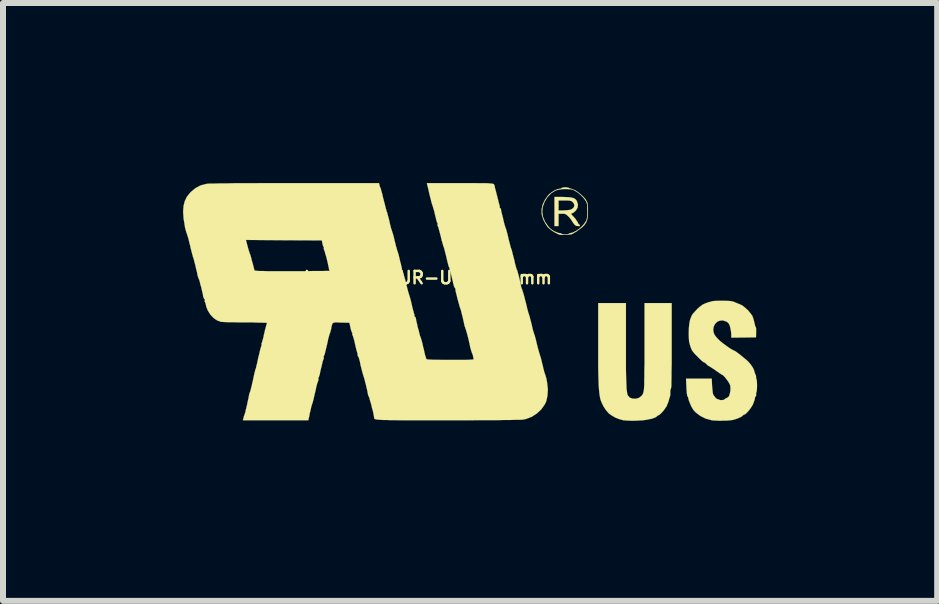
<source format=kicad_pcb>
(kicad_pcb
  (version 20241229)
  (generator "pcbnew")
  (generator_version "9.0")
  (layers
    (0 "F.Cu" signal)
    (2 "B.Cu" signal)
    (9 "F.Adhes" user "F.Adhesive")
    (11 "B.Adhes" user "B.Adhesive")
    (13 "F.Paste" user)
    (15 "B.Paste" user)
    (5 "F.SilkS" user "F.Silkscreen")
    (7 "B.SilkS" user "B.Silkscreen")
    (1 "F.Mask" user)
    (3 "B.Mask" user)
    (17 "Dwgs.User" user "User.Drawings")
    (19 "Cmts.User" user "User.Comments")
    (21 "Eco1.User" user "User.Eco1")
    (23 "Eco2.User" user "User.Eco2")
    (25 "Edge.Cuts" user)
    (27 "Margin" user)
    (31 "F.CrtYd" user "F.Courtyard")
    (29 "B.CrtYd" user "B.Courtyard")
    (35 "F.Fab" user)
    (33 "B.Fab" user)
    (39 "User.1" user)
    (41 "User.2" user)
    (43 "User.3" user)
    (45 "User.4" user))
  (footprint "Logo_silk_UR-US_10x4mm"
    (layer "F.Cu")
    (at 4.779 1.977)
    (property "Reference" "Logo_silk_UR-US_10x4mm" (at -0.7 -0.4 0) (layer "F.SilkS") (effects (font (size 0.206 0.206) (thickness 0.041))))
    (attr through_hole)
    (fp_poly (pts (xy 1.836 -1.27) (xy 1.829 -1.26) (xy 1.806 -1.26) (xy 1.778 -1.262) (xy 1.753 -1.275) (xy 1.748 -1.28) (xy 1.727 -1.306) (xy 1.709 -1.333) (xy 1.692 -1.361) (xy 1.664 -1.397) (xy 1.646 -1.417) (xy 1.615 -1.445) (xy 1.593 -1.46) (xy 1.567 -1.466) (xy 1.539 -1.466) (xy 1.478 -1.466) (xy 1.478 -1.364) (xy 1.478 -1.26) (xy 1.443 -1.26) (xy 1.41 -1.26) (xy 1.41 -1.501) (xy 1.41 -1.745) (xy 1.549 -1.745) (xy 1.626 -1.742) (xy 1.684 -1.737) (xy 1.727 -1.727) (xy 1.758 -1.709) (xy 1.778 -1.687) (xy 1.783 -1.676) (xy 1.801 -1.621) (xy 1.796 -1.57) (xy 1.768 -1.521) (xy 1.742 -1.496) (xy 1.742 -1.598) (xy 1.735 -1.631) (xy 1.717 -1.656) (xy 1.702 -1.671) (xy 1.684 -1.679) (xy 1.661 -1.684) (xy 1.626 -1.687) (xy 1.582 -1.687) (xy 1.478 -1.687) (xy 1.478 -1.603) (xy 1.478 -1.519) (xy 1.57 -1.521) (xy 1.618 -1.524) (xy 1.659 -1.529) (xy 1.687 -1.537) (xy 1.689 -1.537) (xy 1.727 -1.565) (xy 1.742 -1.598) (xy 1.742 -1.496) (xy 1.74 -1.494) (xy 1.712 -1.476) (xy 1.704 -1.473) (xy 1.692 -1.471) (xy 1.689 -1.463) (xy 1.697 -1.448) (xy 1.722 -1.422) (xy 1.727 -1.417) (xy 1.758 -1.382) (xy 1.783 -1.344) (xy 1.796 -1.326) (xy 1.808 -1.298) (xy 1.824 -1.283) (xy 1.826 -1.283) (xy 1.836 -1.273) (xy 1.836 -1.27)) (stroke (width 0.003) (type solid)) (fill yes) (layer "F.SilkS"))
    (fp_poly (pts (xy 3.363 0.732) (xy 3.363 0.897) (xy 3.363 1.039) (xy 3.36 1.158) (xy 3.36 1.257) (xy 3.358 1.333) (xy 3.358 1.392) (xy 3.355 1.43) (xy 3.35 1.448) (xy 3.35 1.45) (xy 3.343 1.466) (xy 3.34 1.494) (xy 3.34 1.506) (xy 3.34 1.539) (xy 3.338 1.567) (xy 3.338 1.572) (xy 3.33 1.59) (xy 3.32 1.626) (xy 3.31 1.664) (xy 3.277 1.745) (xy 3.223 1.821) (xy 3.18 1.867) (xy 3.157 1.885) (xy 3.139 1.895) (xy 3.124 1.902) (xy 3.114 1.913) (xy 3.099 1.925) (xy 3.066 1.938) (xy 3.023 1.953) (xy 3.015 1.953) (xy 2.957 1.966) (xy 2.883 1.976) (xy 2.799 1.981) (xy 2.713 1.984) (xy 2.634 1.981) (xy 2.568 1.976) (xy 2.56 1.976) (xy 2.494 1.958) (xy 2.428 1.933) (xy 2.365 1.897) (xy 2.316 1.862) (xy 2.273 1.814) (xy 2.23 1.75) (xy 2.197 1.684) (xy 2.177 1.631) (xy 2.169 1.595) (xy 2.162 1.554) (xy 2.156 1.506) (xy 2.151 1.448) (xy 2.146 1.379) (xy 2.144 1.298) (xy 2.141 1.204) (xy 2.139 1.092) (xy 2.139 0.963) (xy 2.139 0.813) (xy 2.139 0.665) (xy 2.139 0.023) (xy 2.37 0.023) (xy 2.601 0.023) (xy 2.601 0.701) (xy 2.601 0.864) (xy 2.601 1.006) (xy 2.601 1.128) (xy 2.603 1.232) (xy 2.606 1.318) (xy 2.609 1.387) (xy 2.611 1.445) (xy 2.616 1.488) (xy 2.621 1.524) (xy 2.626 1.547) (xy 2.634 1.565) (xy 2.637 1.567) (xy 2.667 1.6) (xy 2.713 1.615) (xy 2.761 1.618) (xy 2.812 1.605) (xy 2.852 1.577) (xy 2.855 1.575) (xy 2.875 1.552) (xy 2.888 1.524) (xy 2.898 1.483) (xy 2.901 1.46) (xy 2.903 1.435) (xy 2.906 1.387) (xy 2.906 1.321) (xy 2.908 1.24) (xy 2.908 1.146) (xy 2.911 1.039) (xy 2.911 0.922) (xy 2.911 0.8) (xy 2.911 0.701) (xy 2.911 0.023) (xy 3.137 0.023) (xy 3.363 0.023) (xy 3.363 0.732)) (stroke (width 0.003) (type solid)) (fill yes) (layer "F.SilkS"))
    (fp_poly (pts (xy 1.968 -1.511) (xy 1.966 -1.435) (xy 1.958 -1.372) (xy 1.958 -1.499) (xy 1.958 -1.506) (xy 1.956 -1.565) (xy 1.956 -1.605) (xy 1.951 -1.633) (xy 1.943 -1.656) (xy 1.93 -1.681) (xy 1.925 -1.687) (xy 1.892 -1.732) (xy 1.844 -1.781) (xy 1.791 -1.824) (xy 1.74 -1.854) (xy 1.732 -1.859) (xy 1.687 -1.872) (xy 1.626 -1.877) (xy 1.56 -1.877) (xy 1.494 -1.869) (xy 1.44 -1.857) (xy 1.427 -1.852) (xy 1.354 -1.806) (xy 1.293 -1.742) (xy 1.245 -1.664) (xy 1.214 -1.575) (xy 1.206 -1.496) (xy 1.219 -1.415) (xy 1.252 -1.333) (xy 1.303 -1.26) (xy 1.321 -1.237) (xy 1.356 -1.206) (xy 1.402 -1.176) (xy 1.448 -1.156) (xy 1.486 -1.143) (xy 1.494 -1.143) (xy 1.519 -1.138) (xy 1.532 -1.13) (xy 1.544 -1.125) (xy 1.575 -1.12) (xy 1.587 -1.12) (xy 1.621 -1.123) (xy 1.643 -1.128) (xy 1.646 -1.13) (xy 1.661 -1.14) (xy 1.679 -1.143) (xy 1.717 -1.153) (xy 1.763 -1.176) (xy 1.814 -1.209) (xy 1.862 -1.25) (xy 1.902 -1.295) (xy 1.925 -1.328) (xy 1.941 -1.354) (xy 1.948 -1.377) (xy 1.953 -1.405) (xy 1.956 -1.445) (xy 1.958 -1.499) (xy 1.958 -1.372) (xy 1.938 -1.321) (xy 1.908 -1.275) (xy 1.862 -1.232) (xy 1.798 -1.186) (xy 1.783 -1.173) (xy 1.74 -1.148) (xy 1.709 -1.13) (xy 1.679 -1.12) (xy 1.641 -1.118) (xy 1.615 -1.115) (xy 1.57 -1.113) (xy 1.529 -1.113) (xy 1.504 -1.115) (xy 1.501 -1.115) (xy 1.463 -1.13) (xy 1.412 -1.156) (xy 1.361 -1.189) (xy 1.318 -1.224) (xy 1.3 -1.24) (xy 1.26 -1.298) (xy 1.224 -1.367) (xy 1.201 -1.443) (xy 1.196 -1.468) (xy 1.196 -1.542) (xy 1.214 -1.621) (xy 1.25 -1.697) (xy 1.298 -1.765) (xy 1.318 -1.788) (xy 1.364 -1.824) (xy 1.412 -1.854) (xy 1.46 -1.875) (xy 1.499 -1.882) (xy 1.521 -1.887) (xy 1.532 -1.895) (xy 1.547 -1.902) (xy 1.577 -1.905) (xy 1.61 -1.905) (xy 1.641 -1.9) (xy 1.648 -1.895) (xy 1.674 -1.887) (xy 1.707 -1.875) (xy 1.714 -1.872) (xy 1.755 -1.857) (xy 1.801 -1.826) (xy 1.849 -1.788) (xy 1.895 -1.745) (xy 1.93 -1.704) (xy 1.943 -1.681) (xy 1.956 -1.656) (xy 1.963 -1.628) (xy 1.966 -1.59) (xy 1.968 -1.539) (xy 1.968 -1.511)) (stroke (width 0.003) (type solid)) (fill yes) (layer "F.SilkS"))
    (fp_poly (pts (xy 4.785 1.417) (xy 4.783 1.458) (xy 4.78 1.491) (xy 4.775 1.506) (xy 4.77 1.521) (xy 4.77 1.539) (xy 4.77 1.565) (xy 4.763 1.577) (xy 4.752 1.593) (xy 4.75 1.605) (xy 4.747 1.628) (xy 4.735 1.661) (xy 4.724 1.694) (xy 4.707 1.73) (xy 4.681 1.77) (xy 4.651 1.811) (xy 4.618 1.847) (xy 4.592 1.872) (xy 4.572 1.882) (xy 4.569 1.882) (xy 4.552 1.892) (xy 4.544 1.9) (xy 4.531 1.913) (xy 4.501 1.928) (xy 4.46 1.946) (xy 4.455 1.948) (xy 4.415 1.961) (xy 4.379 1.971) (xy 4.336 1.976) (xy 4.282 1.981) (xy 4.229 1.981) (xy 4.168 1.984) (xy 4.112 1.981) (xy 4.064 1.979) (xy 4.034 1.976) (xy 3.929 1.948) (xy 3.838 1.902) (xy 3.762 1.844) (xy 3.729 1.808) (xy 3.706 1.773) (xy 3.683 1.73) (xy 3.663 1.681) (xy 3.647 1.638) (xy 3.64 1.608) (xy 3.635 1.587) (xy 3.627 1.58) (xy 3.622 1.567) (xy 3.617 1.534) (xy 3.612 1.481) (xy 3.609 1.43) (xy 3.602 1.283) (xy 3.815 1.283) (xy 4.031 1.283) (xy 4.036 1.402) (xy 4.041 1.455) (xy 4.046 1.501) (xy 4.051 1.537) (xy 4.056 1.549) (xy 4.077 1.58) (xy 4.097 1.605) (xy 4.117 1.621) (xy 4.128 1.623) (xy 4.14 1.626) (xy 4.143 1.628) (xy 4.158 1.636) (xy 4.183 1.641) (xy 4.211 1.638) (xy 4.234 1.636) (xy 4.242 1.628) (xy 4.252 1.618) (xy 4.27 1.61) (xy 4.298 1.595) (xy 4.318 1.575) (xy 4.331 1.537) (xy 4.341 1.488) (xy 4.343 1.438) (xy 4.338 1.392) (xy 4.336 1.387) (xy 4.323 1.361) (xy 4.303 1.328) (xy 4.277 1.293) (xy 4.252 1.26) (xy 4.229 1.237) (xy 4.216 1.224) (xy 4.204 1.219) (xy 4.176 1.201) (xy 4.14 1.176) (xy 4.117 1.161) (xy 4.074 1.13) (xy 4.031 1.102) (xy 4 1.082) (xy 3.99 1.077) (xy 3.96 1.059) (xy 3.942 1.039) (xy 3.94 1.039) (xy 3.924 1.021) (xy 3.912 1.016) (xy 3.896 1.008) (xy 3.868 0.988) (xy 3.833 0.955) (xy 3.797 0.919) (xy 3.754 0.876) (xy 3.724 0.841) (xy 3.703 0.813) (xy 3.688 0.78) (xy 3.675 0.744) (xy 3.663 0.704) (xy 3.653 0.663) (xy 3.65 0.617) (xy 3.647 0.559) (xy 3.647 0.526) (xy 3.65 0.434) (xy 3.658 0.361) (xy 3.67 0.3) (xy 3.693 0.241) (xy 3.698 0.229) (xy 3.719 0.198) (xy 3.754 0.16) (xy 3.792 0.119) (xy 3.835 0.081) (xy 3.873 0.053) (xy 3.901 0.038) (xy 3.934 0.025) (xy 3.957 0.015) (xy 3.983 0.008) (xy 3.993 0.005) (xy 4.013 0) (xy 4.028 -0.005) (xy 4.049 -0.01) (xy 4.089 -0.013) (xy 4.14 -0.015) (xy 4.196 -0.015) (xy 4.255 -0.015) (xy 4.305 -0.013) (xy 4.348 -0.01) (xy 4.371 -0.005) (xy 4.374 -0.005) (xy 4.394 0) (xy 4.404 0.005) (xy 4.425 0.013) (xy 4.46 0.028) (xy 4.498 0.043) (xy 4.521 0.053) (xy 4.554 0.074) (xy 4.595 0.107) (xy 4.638 0.147) (xy 4.674 0.191) (xy 4.702 0.229) (xy 4.707 0.236) (xy 4.719 0.267) (xy 4.732 0.31) (xy 4.74 0.345) (xy 4.75 0.386) (xy 4.757 0.414) (xy 4.765 0.427) (xy 4.77 0.442) (xy 4.77 0.472) (xy 4.77 0.513) (xy 4.768 0.594) (xy 4.562 0.597) (xy 4.356 0.599) (xy 4.356 0.538) (xy 4.351 0.49) (xy 4.341 0.439) (xy 4.336 0.417) (xy 4.321 0.376) (xy 4.303 0.351) (xy 4.277 0.333) (xy 4.219 0.312) (xy 4.168 0.315) (xy 4.12 0.335) (xy 4.084 0.373) (xy 4.061 0.422) (xy 4.056 0.47) (xy 4.061 0.511) (xy 4.079 0.554) (xy 4.112 0.597) (xy 4.158 0.645) (xy 4.224 0.699) (xy 4.3 0.754) (xy 4.338 0.78) (xy 4.369 0.798) (xy 4.387 0.808) (xy 4.389 0.808) (xy 4.404 0.815) (xy 4.435 0.833) (xy 4.473 0.861) (xy 4.516 0.894) (xy 4.559 0.93) (xy 4.6 0.963) (xy 4.633 0.993) (xy 4.638 0.998) (xy 4.676 1.041) (xy 4.707 1.085) (xy 4.729 1.125) (xy 4.74 1.156) (xy 4.74 1.158) (xy 4.745 1.176) (xy 4.755 1.206) (xy 4.757 1.206) (xy 4.768 1.237) (xy 4.77 1.26) (xy 4.77 1.262) (xy 4.77 1.283) (xy 4.775 1.288) (xy 4.78 1.303) (xy 4.783 1.333) (xy 4.785 1.374) (xy 4.785 1.417)) (stroke (width 0.003) (type solid)) (fill yes) (layer "F.SilkS"))
    (fp_poly (pts (xy 1.3 1.466) (xy 1.293 1.567) (xy 1.273 1.661) (xy 1.247 1.714) (xy 1.189 1.796) (xy 1.115 1.864) (xy 1.031 1.918) (xy 0.94 1.953) (xy 0.894 1.963) (xy 0.871 1.966) (xy 0.826 1.968) (xy 0.759 1.968) (xy 0.676 1.971) (xy 0.572 1.971) (xy 0.45 1.974) (xy 0.312 1.974) (xy 0.157 1.974) (xy -0.008 1.976) (xy -0.188 1.976) (xy -0.366 1.976) (xy -0.561 1.976) (xy -0.734 1.976) (xy -0.886 1.976) (xy -1.021 1.976) (xy -1.135 1.976) (xy -1.234 1.974) (xy -1.318 1.974) (xy -1.389 1.971) (xy -1.445 1.971) (xy -1.491 1.968) (xy -1.524 1.966) (xy -1.552 1.963) (xy -1.57 1.958) (xy -1.582 1.956) (xy -1.59 1.951) (xy -1.593 1.946) (xy -1.595 1.938) (xy -1.595 1.93) (xy -1.598 1.91) (xy -1.605 1.872) (xy -1.615 1.824) (xy -1.631 1.768) (xy -1.643 1.712) (xy -1.659 1.661) (xy -1.671 1.618) (xy -1.679 1.59) (xy -1.681 1.587) (xy -1.694 1.56) (xy -1.699 1.539) (xy -1.699 1.537) (xy -1.702 1.519) (xy -1.709 1.483) (xy -1.72 1.435) (xy -1.732 1.384) (xy -1.745 1.336) (xy -1.755 1.293) (xy -1.765 1.262) (xy -1.768 1.252) (xy -1.775 1.229) (xy -1.788 1.186) (xy -1.803 1.128) (xy -1.821 1.057) (xy -1.836 0.98) (xy -1.839 0.978) (xy -1.847 0.942) (xy -1.857 0.919) (xy -1.862 0.912) (xy -1.869 0.902) (xy -1.869 0.892) (xy -1.872 0.864) (xy -1.875 0.853) (xy -1.88 0.836) (xy -1.89 0.803) (xy -1.902 0.754) (xy -1.913 0.704) (xy -1.925 0.65) (xy -1.938 0.605) (xy -1.948 0.572) (xy -1.956 0.556) (xy -1.961 0.538) (xy -1.958 0.533) (xy -1.958 0.518) (xy -1.961 0.518) (xy -1.968 0.505) (xy -1.979 0.475) (xy -1.989 0.437) (xy -1.989 0.432) (xy -2.007 0.351) (xy -2.146 0.348) (xy -2.205 0.345) (xy -2.245 0.345) (xy -2.271 0.351) (xy -2.289 0.363) (xy -2.296 0.384) (xy -2.306 0.419) (xy -2.311 0.455) (xy -2.322 0.493) (xy -2.329 0.521) (xy -2.332 0.526) (xy -2.332 -0.516) (xy -2.344 -0.531) (xy -2.347 -0.538) (xy -2.349 -0.559) (xy -2.357 -0.594) (xy -2.367 -0.643) (xy -2.38 -0.696) (xy -2.393 -0.749) (xy -2.408 -0.798) (xy -2.418 -0.836) (xy -2.426 -0.859) (xy -2.428 -0.861) (xy -2.436 -0.884) (xy -2.433 -0.894) (xy -2.433 -0.909) (xy -2.436 -0.912) (xy -2.443 -0.922) (xy -2.451 -0.947) (xy -2.456 -0.968) (xy -2.466 -1.021) (xy -3.099 -1.024) (xy -3.731 -1.029) (xy -3.701 -0.914) (xy -3.688 -0.866) (xy -3.675 -0.828) (xy -3.668 -0.803) (xy -3.665 -0.798) (xy -3.658 -0.782) (xy -3.65 -0.754) (xy -3.642 -0.726) (xy -3.63 -0.676) (xy -3.614 -0.622) (xy -3.609 -0.599) (xy -3.599 -0.561) (xy -3.592 -0.533) (xy -3.586 -0.521) (xy -3.581 -0.518) (xy -3.566 -0.516) (xy -3.538 -0.513) (xy -3.5 -0.511) (xy -3.444 -0.511) (xy -3.373 -0.508) (xy -3.284 -0.508) (xy -3.178 -0.508) (xy -3.048 -0.508) (xy -2.949 -0.508) (xy -2.832 -0.508) (xy -2.723 -0.508) (xy -2.621 -0.511) (xy -2.532 -0.511) (xy -2.456 -0.511) (xy -2.398 -0.513) (xy -2.355 -0.513) (xy -2.334 -0.516) (xy -2.332 -0.516) (xy -2.332 0.526) (xy -2.334 0.531) (xy -2.339 0.544) (xy -2.347 0.574) (xy -2.36 0.62) (xy -2.372 0.678) (xy -2.38 0.716) (xy -2.395 0.777) (xy -2.408 0.831) (xy -2.418 0.871) (xy -2.428 0.897) (xy -2.431 0.902) (xy -2.436 0.917) (xy -2.436 0.927) (xy -2.433 0.947) (xy -2.438 0.955) (xy -2.443 0.968) (xy -2.454 1.001) (xy -2.464 1.046) (xy -2.477 1.102) (xy -2.479 1.107) (xy -2.492 1.163) (xy -2.502 1.212) (xy -2.512 1.245) (xy -2.52 1.262) (xy -2.525 1.283) (xy -2.522 1.29) (xy -2.525 1.311) (xy -2.527 1.321) (xy -2.535 1.336) (xy -2.545 1.369) (xy -2.558 1.417) (xy -2.57 1.476) (xy -2.576 1.501) (xy -2.591 1.562) (xy -2.603 1.618) (xy -2.614 1.661) (xy -2.621 1.687) (xy -2.624 1.692) (xy -2.631 1.714) (xy -2.642 1.75) (xy -2.652 1.798) (xy -2.657 1.819) (xy -2.67 1.869) (xy -2.677 1.913) (xy -2.685 1.943) (xy -2.687 1.951) (xy -2.692 1.976) (xy -3.236 1.976) (xy -3.782 1.976) (xy -3.772 1.938) (xy -3.764 1.908) (xy -3.757 1.89) (xy -3.752 1.875) (xy -3.741 1.841) (xy -3.731 1.793) (xy -3.716 1.735) (xy -3.703 1.671) (xy -3.688 1.605) (xy -3.68 1.56) (xy -3.673 1.529) (xy -3.665 1.509) (xy -3.665 1.506) (xy -3.658 1.494) (xy -3.65 1.458) (xy -3.637 1.412) (xy -3.625 1.354) (xy -3.617 1.323) (xy -3.604 1.26) (xy -3.592 1.204) (xy -3.581 1.161) (xy -3.574 1.133) (xy -3.571 1.125) (xy -3.564 1.107) (xy -3.556 1.069) (xy -3.543 1.019) (xy -3.531 0.96) (xy -3.526 0.935) (xy -3.51 0.874) (xy -3.498 0.818) (xy -3.487 0.775) (xy -3.477 0.747) (xy -3.475 0.742) (xy -3.47 0.719) (xy -3.47 0.709) (xy -3.472 0.693) (xy -3.467 0.688) (xy -3.462 0.673) (xy -3.452 0.638) (xy -3.439 0.592) (xy -3.429 0.536) (xy -3.426 0.531) (xy -3.414 0.475) (xy -3.401 0.427) (xy -3.391 0.391) (xy -3.386 0.373) (xy -3.381 0.358) (xy -3.383 0.353) (xy -3.396 0.351) (xy -3.429 0.351) (xy -3.48 0.348) (xy -3.543 0.348) (xy -3.622 0.345) (xy -3.706 0.345) (xy -3.739 0.345) (xy -3.83 0.345) (xy -3.917 0.343) (xy -3.995 0.343) (xy -4.061 0.34) (xy -4.112 0.338) (xy -4.143 0.335) (xy -4.148 0.335) (xy -4.211 0.312) (xy -4.27 0.272) (xy -4.323 0.216) (xy -4.364 0.152) (xy -4.392 0.084) (xy -4.397 0.058) (xy -4.404 0.028) (xy -4.412 0.008) (xy -4.415 0.005) (xy -4.42 -0.008) (xy -4.417 -0.023) (xy -4.417 -0.041) (xy -4.425 -0.046) (xy -4.432 -0.056) (xy -4.442 -0.079) (xy -4.442 -0.081) (xy -4.45 -0.13) (xy -4.463 -0.183) (xy -4.475 -0.239) (xy -4.491 -0.29) (xy -4.501 -0.335) (xy -4.511 -0.368) (xy -4.519 -0.384) (xy -4.526 -0.404) (xy -4.536 -0.434) (xy -4.536 -0.437) (xy -4.547 -0.493) (xy -4.562 -0.551) (xy -4.575 -0.612) (xy -4.59 -0.665) (xy -4.6 -0.709) (xy -4.61 -0.737) (xy -4.613 -0.744) (xy -4.618 -0.765) (xy -4.628 -0.8) (xy -4.641 -0.851) (xy -4.656 -0.909) (xy -4.658 -0.925) (xy -4.674 -0.983) (xy -4.686 -1.039) (xy -4.699 -1.082) (xy -4.709 -1.11) (xy -4.709 -1.115) (xy -4.727 -1.166) (xy -4.745 -1.232) (xy -4.757 -1.308) (xy -4.77 -1.387) (xy -4.775 -1.458) (xy -4.778 -1.501) (xy -4.77 -1.598) (xy -4.75 -1.676) (xy -4.714 -1.75) (xy -4.658 -1.819) (xy -4.648 -1.829) (xy -4.572 -1.892) (xy -4.486 -1.938) (xy -4.389 -1.963) (xy -4.387 -1.963) (xy -4.364 -1.966) (xy -4.321 -1.968) (xy -4.252 -1.968) (xy -4.166 -1.971) (xy -4.056 -1.971) (xy -3.929 -1.974) (xy -3.782 -1.974) (xy -3.619 -1.974) (xy -3.439 -1.976) (xy -3.241 -1.976) (xy -3.028 -1.976) (xy -2.916 -1.976) (xy -1.514 -1.976) (xy -1.506 -1.943) (xy -1.499 -1.915) (xy -1.491 -1.9) (xy -1.483 -1.88) (xy -1.483 -1.877) (xy -1.478 -1.857) (xy -1.476 -1.849) (xy -1.471 -1.831) (xy -1.46 -1.796) (xy -1.45 -1.748) (xy -1.435 -1.692) (xy -1.433 -1.681) (xy -1.417 -1.623) (xy -1.405 -1.572) (xy -1.394 -1.532) (xy -1.387 -1.509) (xy -1.387 -1.506) (xy -1.379 -1.488) (xy -1.369 -1.45) (xy -1.356 -1.402) (xy -1.341 -1.344) (xy -1.339 -1.333) (xy -1.326 -1.275) (xy -1.313 -1.224) (xy -1.3 -1.186) (xy -1.293 -1.163) (xy -1.293 -1.161) (xy -1.285 -1.14) (xy -1.275 -1.105) (xy -1.262 -1.054) (xy -1.25 -0.998) (xy -1.247 -0.993) (xy -1.234 -0.937) (xy -1.219 -0.886) (xy -1.209 -0.848) (xy -1.201 -0.826) (xy -1.194 -0.805) (xy -1.184 -0.77) (xy -1.173 -0.721) (xy -1.161 -0.671) (xy -1.148 -0.622) (xy -1.138 -0.579) (xy -1.133 -0.551) (xy -1.133 -0.541) (xy -1.128 -0.523) (xy -1.115 -0.495) (xy -1.115 -0.493) (xy -1.105 -0.467) (xy -1.095 -0.424) (xy -1.079 -0.371) (xy -1.064 -0.312) (xy -1.062 -0.305) (xy -1.049 -0.249) (xy -1.036 -0.198) (xy -1.026 -0.16) (xy -1.021 -0.14) (xy -1.019 -0.137) (xy -1.011 -0.114) (xy -1.011 -0.109) (xy -1.003 -0.089) (xy -1.001 -0.079) (xy -0.996 -0.061) (xy -0.986 -0.028) (xy -0.975 0.018) (xy -0.965 0.064) (xy -0.953 0.114) (xy -0.94 0.16) (xy -0.932 0.193) (xy -0.927 0.206) (xy -0.922 0.231) (xy -0.922 0.239) (xy -0.917 0.251) (xy -0.912 0.254) (xy -0.902 0.262) (xy -0.902 0.272) (xy -0.897 0.29) (xy -0.892 0.325) (xy -0.879 0.373) (xy -0.869 0.427) (xy -0.853 0.478) (xy -0.841 0.528) (xy -0.831 0.566) (xy -0.823 0.589) (xy -0.82 0.594) (xy -0.815 0.61) (xy -0.805 0.643) (xy -0.792 0.688) (xy -0.78 0.747) (xy -0.772 0.775) (xy -0.759 0.833) (xy -0.747 0.886) (xy -0.734 0.927) (xy -0.726 0.95) (xy -0.724 0.955) (xy -0.716 0.96) (xy -0.696 0.963) (xy -0.66 0.965) (xy -0.612 0.968) (xy -0.546 0.968) (xy -0.462 0.97) (xy -0.356 0.97) (xy -0.32 0.97) (xy -0.216 0.97) (xy -0.13 0.97) (xy -0.064 0.97) (xy -0.015 0.968) (xy 0.018 0.965) (xy 0.043 0.965) (xy 0.056 0.96) (xy 0.064 0.958) (xy 0.064 0.953) (xy 0.064 0.95) (xy 0.056 0.925) (xy 0.051 0.894) (xy 0.041 0.866) (xy 0.033 0.848) (xy 0.028 0.833) (xy 0.018 0.8) (xy 0.005 0.754) (xy -0.005 0.699) (xy -0.01 0.681) (xy -0.023 0.622) (xy -0.036 0.572) (xy -0.046 0.533) (xy -0.053 0.511) (xy -0.053 0.508) (xy -0.061 0.485) (xy -0.061 0.478) (xy -0.069 0.46) (xy -0.076 0.434) (xy -0.086 0.409) (xy -0.091 0.391) (xy -0.094 0.373) (xy -0.102 0.338) (xy -0.112 0.292) (xy -0.124 0.241) (xy -0.137 0.191) (xy -0.147 0.147) (xy -0.157 0.119) (xy -0.16 0.109) (xy -0.168 0.089) (xy -0.178 0.051) (xy -0.191 0.003) (xy -0.206 -0.048) (xy -0.218 -0.102) (xy -0.231 -0.15) (xy -0.239 -0.188) (xy -0.241 -0.211) (xy -0.241 -0.213) (xy -0.246 -0.229) (xy -0.251 -0.229) (xy -0.257 -0.241) (xy -0.267 -0.267) (xy -0.274 -0.297) (xy -0.297 -0.391) (xy -0.315 -0.467) (xy -0.33 -0.523) (xy -0.34 -0.561) (xy -0.345 -0.572) (xy -0.353 -0.589) (xy -0.363 -0.627) (xy -0.376 -0.678) (xy -0.389 -0.734) (xy -0.391 -0.744) (xy -0.406 -0.803) (xy -0.419 -0.853) (xy -0.429 -0.894) (xy -0.437 -0.917) (xy -0.439 -0.917) (xy -0.445 -0.937) (xy -0.455 -0.975) (xy -0.47 -1.024) (xy -0.483 -1.082) (xy -0.485 -1.09) (xy -0.5 -1.148) (xy -0.513 -1.196) (xy -0.523 -1.234) (xy -0.531 -1.255) (xy -0.533 -1.255) (xy -0.541 -1.278) (xy -0.538 -1.285) (xy -0.538 -1.306) (xy -0.541 -1.313) (xy -0.549 -1.326) (xy -0.559 -1.359) (xy -0.569 -1.405) (xy -0.582 -1.455) (xy -0.594 -1.509) (xy -0.607 -1.554) (xy -0.617 -1.585) (xy -0.62 -1.6) (xy -0.63 -1.621) (xy -0.63 -1.623) (xy -0.635 -1.643) (xy -0.638 -1.651) (xy -0.643 -1.669) (xy -0.65 -1.702) (xy -0.663 -1.75) (xy -0.676 -1.803) (xy -0.688 -1.859) (xy -0.701 -1.913) (xy -0.711 -1.951) (xy -0.716 -1.976) (xy -0.165 -1.976) (xy -0.036 -1.976) (xy 0.069 -1.976) (xy 0.157 -1.974) (xy 0.229 -1.974) (xy 0.284 -1.974) (xy 0.328 -1.971) (xy 0.358 -1.968) (xy 0.378 -1.966) (xy 0.391 -1.963) (xy 0.399 -1.958) (xy 0.411 -1.938) (xy 0.414 -1.928) (xy 0.417 -1.902) (xy 0.419 -1.895) (xy 0.424 -1.877) (xy 0.434 -1.841) (xy 0.445 -1.796) (xy 0.457 -1.75) (xy 0.47 -1.699) (xy 0.48 -1.654) (xy 0.49 -1.623) (xy 0.493 -1.61) (xy 0.498 -1.59) (xy 0.498 -1.58) (xy 0.5 -1.562) (xy 0.505 -1.56) (xy 0.518 -1.549) (xy 0.518 -1.542) (xy 0.521 -1.521) (xy 0.528 -1.486) (xy 0.541 -1.438) (xy 0.554 -1.384) (xy 0.566 -1.331) (xy 0.579 -1.28) (xy 0.592 -1.242) (xy 0.599 -1.219) (xy 0.607 -1.199) (xy 0.617 -1.161) (xy 0.63 -1.113) (xy 0.643 -1.054) (xy 0.645 -1.044) (xy 0.66 -0.988) (xy 0.673 -0.937) (xy 0.683 -0.899) (xy 0.691 -0.879) (xy 0.691 -0.876) (xy 0.699 -0.859) (xy 0.706 -0.826) (xy 0.719 -0.775) (xy 0.734 -0.719) (xy 0.739 -0.699) (xy 0.752 -0.64) (xy 0.765 -0.589) (xy 0.775 -0.554) (xy 0.782 -0.533) (xy 0.785 -0.531) (xy 0.79 -0.518) (xy 0.798 -0.488) (xy 0.81 -0.447) (xy 0.823 -0.399) (xy 0.833 -0.351) (xy 0.843 -0.305) (xy 0.851 -0.272) (xy 0.853 -0.254) (xy 0.853 -0.251) (xy 0.859 -0.234) (xy 0.869 -0.206) (xy 0.871 -0.203) (xy 0.879 -0.178) (xy 0.892 -0.137) (xy 0.907 -0.084) (xy 0.922 -0.023) (xy 0.93 0.005) (xy 0.945 0.066) (xy 0.958 0.122) (xy 0.97 0.165) (xy 0.978 0.196) (xy 0.98 0.201) (xy 0.988 0.221) (xy 0.998 0.257) (xy 1.011 0.307) (xy 1.026 0.363) (xy 1.029 0.376) (xy 1.041 0.432) (xy 1.054 0.483) (xy 1.067 0.523) (xy 1.074 0.546) (xy 1.074 0.549) (xy 1.082 0.566) (xy 1.092 0.605) (xy 1.105 0.655) (xy 1.118 0.711) (xy 1.12 0.716) (xy 1.133 0.772) (xy 1.148 0.823) (xy 1.158 0.861) (xy 1.166 0.881) (xy 1.166 0.884) (xy 1.171 0.902) (xy 1.184 0.94) (xy 1.196 0.991) (xy 1.209 1.046) (xy 1.214 1.062) (xy 1.227 1.12) (xy 1.24 1.171) (xy 1.252 1.206) (xy 1.26 1.229) (xy 1.26 1.232) (xy 1.265 1.247) (xy 1.275 1.28) (xy 1.283 1.326) (xy 1.288 1.351) (xy 1.3 1.466)) (stroke (width 0.003) (type solid)) (fill yes) (layer "F.SilkS")))
  (gr_rect
    (start -3 -3)
    (end 12.566 6.962)
    (stroke (width 0.1) (type default))
    (fill no)
    (layer "Edge.Cuts")))
</source>
